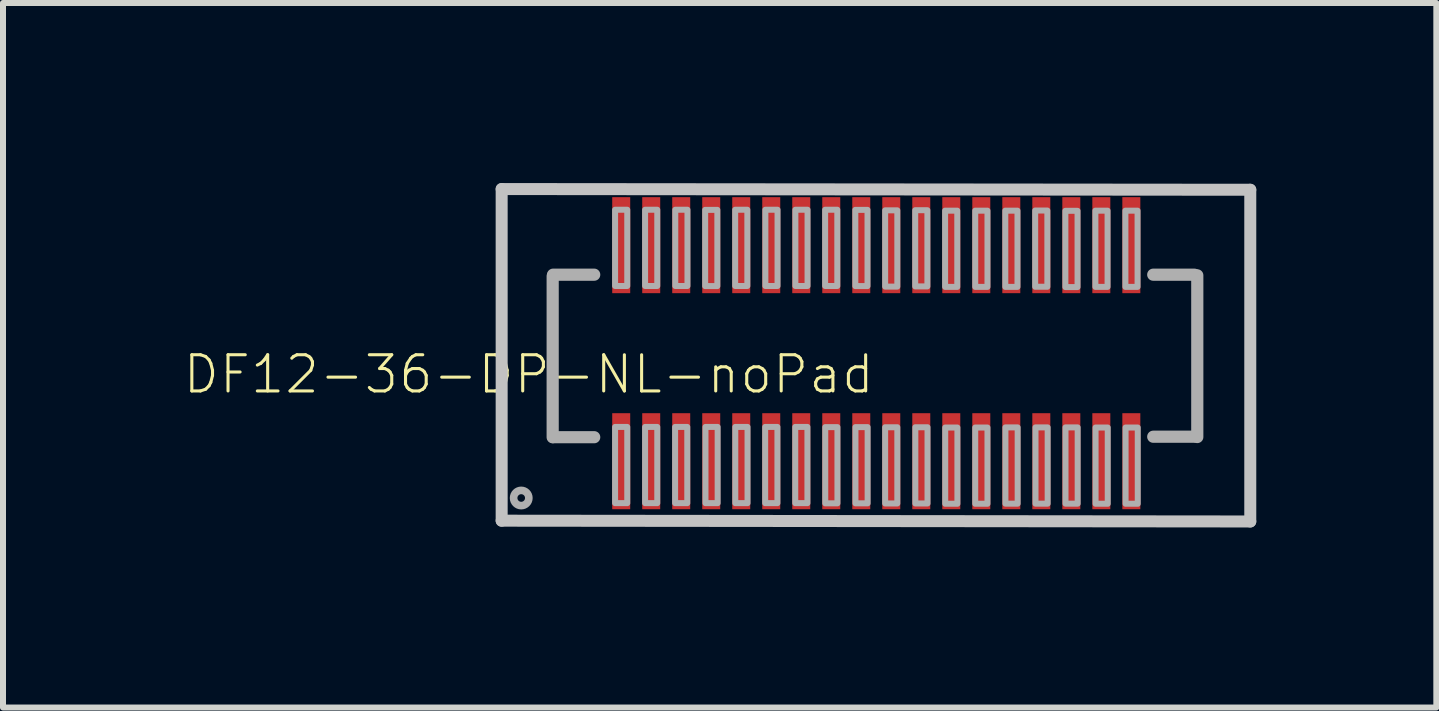
<source format=kicad_pcb>
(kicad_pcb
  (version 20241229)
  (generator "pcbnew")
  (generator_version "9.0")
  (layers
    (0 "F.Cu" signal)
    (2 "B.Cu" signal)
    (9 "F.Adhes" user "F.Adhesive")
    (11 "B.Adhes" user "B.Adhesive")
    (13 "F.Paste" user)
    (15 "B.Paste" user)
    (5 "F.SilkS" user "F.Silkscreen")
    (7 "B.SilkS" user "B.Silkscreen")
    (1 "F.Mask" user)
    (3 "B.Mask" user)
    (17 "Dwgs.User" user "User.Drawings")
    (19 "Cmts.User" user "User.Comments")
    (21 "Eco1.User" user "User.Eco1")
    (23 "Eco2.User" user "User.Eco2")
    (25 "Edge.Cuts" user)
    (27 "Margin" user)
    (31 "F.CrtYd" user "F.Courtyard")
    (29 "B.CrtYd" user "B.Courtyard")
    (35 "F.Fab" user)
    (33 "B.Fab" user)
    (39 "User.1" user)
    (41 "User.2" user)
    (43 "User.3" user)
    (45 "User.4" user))
  (footprint "DF12-36-DP-NL-noPad"
    (layer "F.Cu")
    (at 11.551 2.835)
    (property "Reference" "DF12-36-DP-NL-noPad" (at 0 0 0) (layer "F.SilkS") (effects (font (size 0.603 0.603) (thickness 0.051)) (justify right top)))
    (attr through_hole)
    (fp_poly (pts (xy -4.362 -1.207) (xy -4.142 -1.207) (xy -4.142 -2.507) (xy -4.362 -2.507)) (stroke (width 0) (type solid)) (fill yes) (layer "F.Paste"))
    (fp_poly (pts (xy -4.362 2.503) (xy -4.142 2.503) (xy -4.142 1.203) (xy -4.362 1.203)) (stroke (width 0) (type solid)) (fill yes) (layer "F.Paste"))
    (fp_poly (pts (xy -3.862 -1.207) (xy -3.642 -1.207) (xy -3.642 -2.507) (xy -3.862 -2.507)) (stroke (width 0) (type solid)) (fill yes) (layer "F.Paste"))
    (fp_poly (pts (xy -3.862 2.503) (xy -3.642 2.503) (xy -3.642 1.203) (xy -3.862 1.203)) (stroke (width 0) (type solid)) (fill yes) (layer "F.Paste"))
    (fp_poly (pts (xy -3.362 -1.207) (xy -3.142 -1.207) (xy -3.142 -2.507) (xy -3.362 -2.507)) (stroke (width 0) (type solid)) (fill yes) (layer "F.Paste"))
    (fp_poly (pts (xy -3.362 2.503) (xy -3.142 2.503) (xy -3.142 1.203) (xy -3.362 1.203)) (stroke (width 0) (type solid)) (fill yes) (layer "F.Paste"))
    (fp_poly (pts (xy -2.862 -1.207) (xy -2.642 -1.207) (xy -2.642 -2.507) (xy -2.862 -2.507)) (stroke (width 0) (type solid)) (fill yes) (layer "F.Paste"))
    (fp_poly (pts (xy -2.862 2.503) (xy -2.642 2.503) (xy -2.642 1.203) (xy -2.862 1.203)) (stroke (width 0) (type solid)) (fill yes) (layer "F.Paste"))
    (fp_poly (pts (xy -2.362 -1.207) (xy -2.142 -1.207) (xy -2.142 -2.507) (xy -2.362 -2.507)) (stroke (width 0) (type solid)) (fill yes) (layer "F.Paste"))
    (fp_poly (pts (xy -2.362 2.503) (xy -2.142 2.503) (xy -2.142 1.203) (xy -2.362 1.203)) (stroke (width 0) (type solid)) (fill yes) (layer "F.Paste"))
    (fp_poly (pts (xy -1.862 -1.207) (xy -1.642 -1.207) (xy -1.642 -2.507) (xy -1.862 -2.507)) (stroke (width 0) (type solid)) (fill yes) (layer "F.Paste"))
    (fp_poly (pts (xy -1.862 2.503) (xy -1.642 2.503) (xy -1.642 1.203) (xy -1.862 1.203)) (stroke (width 0) (type solid)) (fill yes) (layer "F.Paste"))
    (fp_poly (pts (xy -1.362 -1.207) (xy -1.142 -1.207) (xy -1.142 -2.507) (xy -1.362 -2.507)) (stroke (width 0) (type solid)) (fill yes) (layer "F.Paste"))
    (fp_poly (pts (xy -1.362 2.503) (xy -1.142 2.503) (xy -1.142 1.203) (xy -1.362 1.203)) (stroke (width 0) (type solid)) (fill yes) (layer "F.Paste"))
    (fp_poly (pts (xy -0.862 -1.207) (xy -0.642 -1.207) (xy -0.642 -2.507) (xy -0.862 -2.507)) (stroke (width 0) (type solid)) (fill yes) (layer "F.Paste"))
    (fp_poly (pts (xy -0.862 2.503) (xy -0.642 2.503) (xy -0.642 1.203) (xy -0.862 1.203)) (stroke (width 0) (type solid)) (fill yes) (layer "F.Paste"))
    (fp_poly (pts (xy -0.362 -1.207) (xy -0.142 -1.207) (xy -0.142 -2.507) (xy -0.362 -2.507)) (stroke (width 0) (type solid)) (fill yes) (layer "F.Paste"))
    (fp_poly (pts (xy -0.362 2.503) (xy -0.142 2.503) (xy -0.142 1.203) (xy -0.362 1.203)) (stroke (width 0) (type solid)) (fill yes) (layer "F.Paste"))
    (fp_poly (pts (xy 0.138 -1.207) (xy 0.358 -1.207) (xy 0.358 -2.507) (xy 0.138 -2.507)) (stroke (width 0) (type solid)) (fill yes) (layer "F.Paste"))
    (fp_poly (pts (xy 0.138 2.503) (xy 0.358 2.503) (xy 0.358 1.203) (xy 0.138 1.203)) (stroke (width 0) (type solid)) (fill yes) (layer "F.Paste"))
    (fp_poly (pts (xy 0.638 -1.207) (xy 0.858 -1.207) (xy 0.858 -2.507) (xy 0.638 -2.507)) (stroke (width 0) (type solid)) (fill yes) (layer "F.Paste"))
    (fp_poly (pts (xy 0.648 2.503) (xy 0.868 2.503) (xy 0.868 1.203) (xy 0.648 1.203)) (stroke (width 0) (type solid)) (fill yes) (layer "F.Paste"))
    (fp_poly (pts (xy 1.138 -1.207) (xy 1.358 -1.207) (xy 1.358 -2.507) (xy 1.138 -2.507)) (stroke (width 0) (type solid)) (fill yes) (layer "F.Paste"))
    (fp_poly (pts (xy 1.138 2.503) (xy 1.358 2.503) (xy 1.358 1.203) (xy 1.138 1.203)) (stroke (width 0) (type solid)) (fill yes) (layer "F.Paste"))
    (fp_poly (pts (xy 1.638 -1.207) (xy 1.858 -1.207) (xy 1.858 -2.507) (xy 1.638 -2.507)) (stroke (width 0) (type solid)) (fill yes) (layer "F.Paste"))
    (fp_poly (pts (xy 1.638 2.503) (xy 1.858 2.503) (xy 1.858 1.203) (xy 1.638 1.203)) (stroke (width 0) (type solid)) (fill yes) (layer "F.Paste"))
    (fp_poly (pts (xy 2.138 -1.207) (xy 2.358 -1.207) (xy 2.358 -2.507) (xy 2.138 -2.507)) (stroke (width 0) (type solid)) (fill yes) (layer "F.Paste"))
    (fp_poly (pts (xy 2.138 2.503) (xy 2.358 2.503) (xy 2.358 1.203) (xy 2.138 1.203)) (stroke (width 0) (type solid)) (fill yes) (layer "F.Paste"))
    (fp_poly (pts (xy 2.638 -1.207) (xy 2.858 -1.207) (xy 2.858 -2.507) (xy 2.638 -2.507)) (stroke (width 0) (type solid)) (fill yes) (layer "F.Paste"))
    (fp_poly (pts (xy 2.638 2.503) (xy 2.858 2.503) (xy 2.858 1.203) (xy 2.638 1.203)) (stroke (width 0) (type solid)) (fill yes) (layer "F.Paste"))
    (fp_poly (pts (xy 3.138 2.503) (xy 3.358 2.503) (xy 3.358 1.203) (xy 3.138 1.203)) (stroke (width 0) (type solid)) (fill yes) (layer "F.Paste"))
    (fp_poly (pts (xy 3.148 -1.207) (xy 3.368 -1.207) (xy 3.368 -2.507) (xy 3.148 -2.507)) (stroke (width 0) (type solid)) (fill yes) (layer "F.Paste"))
    (fp_poly (pts (xy 3.638 -1.207) (xy 3.858 -1.207) (xy 3.858 -2.507) (xy 3.638 -2.507)) (stroke (width 0) (type solid)) (fill yes) (layer "F.Paste"))
    (fp_poly (pts (xy 3.638 2.503) (xy 3.858 2.503) (xy 3.858 1.203) (xy 3.638 1.203)) (stroke (width 0) (type solid)) (fill yes) (layer "F.Paste"))
    (fp_poly (pts (xy 4.138 -1.207) (xy 4.358 -1.207) (xy 4.358 -2.507) (xy 4.138 -2.507)) (stroke (width 0) (type solid)) (fill yes) (layer "F.Paste"))
    (fp_poly (pts (xy 4.138 2.503) (xy 4.358 2.503) (xy 4.358 1.203) (xy 4.138 1.203)) (stroke (width 0) (type solid)) (fill yes) (layer "F.Paste"))
    (fp_line (start -6.242 -2.735) (end 6.232 -2.723) (stroke (width 0.2) (type solid)) (layer "Dwgs.User"))
    (fp_line (start -6.242 2.791) (end -6.242 -2.735) (stroke (width 0.2) (type solid)) (layer "Dwgs.User"))
    (fp_line (start 6.232 -2.723) (end 6.232 2.804) (stroke (width 0.2) (type solid)) (layer "Dwgs.User"))
    (fp_line (start 6.232 2.804) (end -6.242 2.791) (stroke (width 0.2) (type solid)) (layer "Dwgs.User"))
    (fp_line (start -5.392 1.4) (end -5.392 -1.284) (stroke (width 0.203) (type solid)) (layer "F.Fab"))
    (fp_line (start -4.7 -1.308) (end -5.385 -1.308) (stroke (width 0.203) (type solid)) (layer "F.Fab"))
    (fp_line (start -4.7 1.4) (end -5.385 1.4) (stroke (width 0.203) (type solid)) (layer "F.Fab"))
    (fp_line (start 5.3 -1.308) (end 4.615 -1.308) (stroke (width 0.203) (type solid)) (layer "F.Fab"))
    (fp_line (start 5.3 1.392) (end 4.615 1.392) (stroke (width 0.203) (type solid)) (layer "F.Fab"))
    (fp_line (start 5.349 -1.297) (end 5.349 1.397) (stroke (width 0.203) (type solid)) (layer "F.Fab"))
    (fp_circle (center -5.916 2.413) (end -5.789 2.413) (stroke (width 0.127) (type solid)) (fill no) (layer "F.Fab"))
    (fp_poly (pts (xy -4.149 -1.12) (xy -4.149 -2.39) (xy -4.352 -2.39) (xy -4.352 -1.12)) (stroke (width 0.1) (type solid)) (fill no) (layer "F.Fab"))
    (fp_poly (pts (xy -4.149 2.499) (xy -4.149 1.229) (xy -4.352 1.229) (xy -4.352 2.499)) (stroke (width 0.1) (type solid)) (fill no) (layer "F.Fab"))
    (fp_poly (pts (xy -3.649 -1.12) (xy -3.649 -2.39) (xy -3.852 -2.39) (xy -3.852 -1.12)) (stroke (width 0.1) (type solid)) (fill no) (layer "F.Fab"))
    (fp_poly (pts (xy -3.649 2.499) (xy -3.649 1.229) (xy -3.852 1.229) (xy -3.852 2.499)) (stroke (width 0.1) (type solid)) (fill no) (layer "F.Fab"))
    (fp_poly (pts (xy -3.149 2.499) (xy -3.149 1.229) (xy -3.352 1.229) (xy -3.352 2.499)) (stroke (width 0.1) (type solid)) (fill no) (layer "F.Fab"))
    (fp_poly (pts (xy -3.146 -1.12) (xy -3.146 -2.39) (xy -3.349 -2.39) (xy -3.349 -1.12)) (stroke (width 0.1) (type solid)) (fill no) (layer "F.Fab"))
    (fp_poly (pts (xy -2.648 -1.118) (xy -2.648 -2.388) (xy -2.851 -2.388) (xy -2.851 -1.118)) (stroke (width 0.1) (type solid)) (fill no) (layer "F.Fab"))
    (fp_poly (pts (xy -2.643 2.499) (xy -2.643 1.229) (xy -2.846 1.229) (xy -2.846 2.499)) (stroke (width 0.1) (type solid)) (fill no) (layer "F.Fab"))
    (fp_poly (pts (xy -2.148 -1.12) (xy -2.148 -2.39) (xy -2.351 -2.39) (xy -2.351 -1.12)) (stroke (width 0.1) (type solid)) (fill no) (layer "F.Fab"))
    (fp_poly (pts (xy -2.145 2.499) (xy -2.145 1.229) (xy -2.349 1.229) (xy -2.349 2.499)) (stroke (width 0.1) (type solid)) (fill no) (layer "F.Fab"))
    (fp_poly (pts (xy -1.647 2.499) (xy -1.647 1.229) (xy -1.851 1.229) (xy -1.851 2.499)) (stroke (width 0.1) (type solid)) (fill no) (layer "F.Fab"))
    (fp_poly (pts (xy -1.645 -1.12) (xy -1.645 -2.39) (xy -1.848 -2.39) (xy -1.848 -1.12)) (stroke (width 0.1) (type solid)) (fill no) (layer "F.Fab"))
    (fp_poly (pts (xy -1.147 2.499) (xy -1.147 1.229) (xy -1.35 1.229) (xy -1.35 2.499)) (stroke (width 0.1) (type solid)) (fill no) (layer "F.Fab"))
    (fp_poly (pts (xy -1.145 -1.12) (xy -1.145 -2.39) (xy -1.348 -2.39) (xy -1.348 -1.12)) (stroke (width 0.1) (type solid)) (fill no) (layer "F.Fab"))
    (fp_poly (pts (xy -0.649 -1.12) (xy -0.649 -2.39) (xy -0.852 -2.39) (xy -0.852 -1.12)) (stroke (width 0.1) (type solid)) (fill no) (layer "F.Fab"))
    (fp_poly (pts (xy -0.647 2.502) (xy -0.647 1.232) (xy -0.85 1.232) (xy -0.85 2.502)) (stroke (width 0.1) (type solid)) (fill no) (layer "F.Fab"))
    (fp_poly (pts (xy -0.146 -1.118) (xy -0.146 -2.388) (xy -0.349 -2.388) (xy -0.349 -1.118)) (stroke (width 0.1) (type solid)) (fill no) (layer "F.Fab"))
    (fp_poly (pts (xy -0.144 2.502) (xy -0.144 1.232) (xy -0.347 1.232) (xy -0.347 2.502)) (stroke (width 0.1) (type solid)) (fill no) (layer "F.Fab"))
    (fp_poly (pts (xy 0.351 -1.11) (xy 0.351 -2.38) (xy 0.148 -2.38) (xy 0.148 -1.11)) (stroke (width 0.1) (type solid)) (fill no) (layer "F.Fab"))
    (fp_poly (pts (xy 0.351 2.504) (xy 0.351 1.234) (xy 0.148 1.234) (xy 0.148 2.504)) (stroke (width 0.1) (type solid)) (fill no) (layer "F.Fab"))
    (fp_poly (pts (xy 0.852 -1.113) (xy 0.852 -2.382) (xy 0.649 -2.382) (xy 0.649 -1.113)) (stroke (width 0.1) (type solid)) (fill no) (layer "F.Fab"))
    (fp_poly (pts (xy 0.854 2.504) (xy 0.854 1.234) (xy 0.651 1.234) (xy 0.651 2.504)) (stroke (width 0.1) (type solid)) (fill no) (layer "F.Fab"))
    (fp_poly (pts (xy 1.35 -1.105) (xy 1.35 -2.375) (xy 1.147 -2.375) (xy 1.147 -1.105)) (stroke (width 0.1) (type solid)) (fill no) (layer "F.Fab"))
    (fp_poly (pts (xy 1.352 2.509) (xy 1.352 1.239) (xy 1.149 1.239) (xy 1.149 2.509)) (stroke (width 0.1) (type solid)) (fill no) (layer "F.Fab"))
    (fp_poly (pts (xy 1.853 -1.105) (xy 1.853 -2.375) (xy 1.649 -2.375) (xy 1.649 -1.105)) (stroke (width 0.1) (type solid)) (fill no) (layer "F.Fab"))
    (fp_poly (pts (xy 1.853 2.509) (xy 1.853 1.239) (xy 1.649 1.239) (xy 1.649 2.509)) (stroke (width 0.1) (type solid)) (fill no) (layer "F.Fab"))
    (fp_poly (pts (xy 2.353 -1.105) (xy 2.353 -2.375) (xy 2.15 -2.375) (xy 2.15 -1.105)) (stroke (width 0.1) (type solid)) (fill no) (layer "F.Fab"))
    (fp_poly (pts (xy 2.356 2.507) (xy 2.356 1.237) (xy 2.152 1.237) (xy 2.152 2.507)) (stroke (width 0.1) (type solid)) (fill no) (layer "F.Fab"))
    (fp_poly (pts (xy 2.851 -1.107) (xy 2.851 -2.377) (xy 2.648 -2.377) (xy 2.648 -1.107)) (stroke (width 0.1) (type solid)) (fill no) (layer "F.Fab"))
    (fp_poly (pts (xy 2.856 2.507) (xy 2.856 1.237) (xy 2.653 1.237) (xy 2.653 2.507)) (stroke (width 0.1) (type solid)) (fill no) (layer "F.Fab"))
    (fp_poly (pts (xy 3.354 -1.102) (xy 3.354 -2.372) (xy 3.151 -2.372) (xy 3.151 -1.102)) (stroke (width 0.1) (type solid)) (fill no) (layer "F.Fab"))
    (fp_poly (pts (xy 3.356 2.507) (xy 3.356 1.237) (xy 3.153 1.237) (xy 3.153 2.507)) (stroke (width 0.1) (type solid)) (fill no) (layer "F.Fab"))
    (fp_poly (pts (xy 3.854 -1.105) (xy 3.854 -2.375) (xy 3.651 -2.375) (xy 3.651 -1.105)) (stroke (width 0.1) (type solid)) (fill no) (layer "F.Fab"))
    (fp_poly (pts (xy 3.857 2.509) (xy 3.857 1.239) (xy 3.654 1.239) (xy 3.654 2.509)) (stroke (width 0.1) (type solid)) (fill no) (layer "F.Fab"))
    (fp_poly (pts (xy 4.354 -1.105) (xy 4.354 -2.375) (xy 4.151 -2.375) (xy 4.151 -1.105)) (stroke (width 0.1) (type solid)) (fill no) (layer "F.Fab"))
    (fp_poly (pts (xy 4.357 2.509) (xy 4.357 1.239) (xy 4.154 1.239) (xy 4.154 2.509)) (stroke (width 0.1) (type solid)) (fill no) (layer "F.Fab"))
    (pad "1" smd rect (at -4.25 1.8) (size 0.3 1.6) (layers "F.Cu" "F.Mask"))
    (pad "2" smd rect (at -4.25 -1.8) (size 0.3 1.6) (layers "F.Cu" "F.Mask"))
    (pad "3" smd rect (at -3.75 1.8) (size 0.3 1.6) (layers "F.Cu" "F.Mask"))
    (pad "4" smd rect (at -3.75 -1.8) (size 0.3 1.6) (layers "F.Cu" "F.Mask"))
    (pad "5" smd rect (at -3.25 1.8) (size 0.3 1.6) (layers "F.Cu" "F.Mask"))
    (pad "6" smd rect (at -3.25 -1.8) (size 0.3 1.6) (layers "F.Cu" "F.Mask"))
    (pad "7" smd rect (at -2.75 1.8) (size 0.3 1.6) (layers "F.Cu" "F.Mask"))
    (pad "8" smd rect (at -2.75 -1.8) (size 0.3 1.6) (layers "F.Cu" "F.Mask"))
    (pad "9" smd rect (at -2.25 1.8) (size 0.3 1.6) (layers "F.Cu" "F.Mask"))
    (pad "10" smd rect (at -2.25 -1.8) (size 0.3 1.6) (layers "F.Cu" "F.Mask"))
    (pad "11" smd rect (at -1.75 1.8) (size 0.3 1.6) (layers "F.Cu" "F.Mask"))
    (pad "12" smd rect (at -1.75 -1.8) (size 0.3 1.6) (layers "F.Cu" "F.Mask"))
    (pad "13" smd rect (at -1.25 1.8) (size 0.3 1.6) (layers "F.Cu" "F.Mask"))
    (pad "14" smd rect (at -1.25 -1.8) (size 0.3 1.6) (layers "F.Cu" "F.Mask"))
    (pad "15" smd rect (at -0.75 1.8) (size 0.3 1.6) (layers "F.Cu" "F.Mask"))
    (pad "16" smd rect (at -0.75 -1.8) (size 0.3 1.6) (layers "F.Cu" "F.Mask"))
    (pad "17" smd rect (at -0.25 1.8) (size 0.3 1.6) (layers "F.Cu" "F.Mask"))
    (pad "18" smd rect (at -0.25 -1.8) (size 0.3 1.6) (layers "F.Cu" "F.Mask"))
    (pad "19" smd rect (at 0.25 1.8) (size 0.3 1.6) (layers "F.Cu" "F.Mask"))
    (pad "20" smd rect (at 0.25 -1.8) (size 0.3 1.6) (layers "F.Cu" "F.Mask"))
    (pad "21" smd rect (at 0.75 1.8) (size 0.3 1.6) (layers "F.Cu" "F.Mask"))
    (pad "22" smd rect (at 0.75 -1.8) (size 0.3 1.6) (layers "F.Cu" "F.Mask"))
    (pad "23" smd rect (at 1.25 1.8) (size 0.3 1.6) (layers "F.Cu" "F.Mask"))
    (pad "24" smd rect (at 1.25 -1.8) (size 0.3 1.6) (layers "F.Cu" "F.Mask"))
    (pad "25" smd rect (at 1.75 1.8) (size 0.3 1.6) (layers "F.Cu" "F.Mask"))
    (pad "26" smd rect (at 1.75 -1.8) (size 0.3 1.6) (layers "F.Cu" "F.Mask"))
    (pad "27" smd rect (at 2.25 1.8) (size 0.3 1.6) (layers "F.Cu" "F.Mask"))
    (pad "28" smd rect (at 2.25 -1.8) (size 0.3 1.6) (layers "F.Cu" "F.Mask"))
    (pad "29" smd rect (at 2.75 1.8) (size 0.3 1.6) (layers "F.Cu" "F.Mask"))
    (pad "30" smd rect (at 2.75 -1.8) (size 0.3 1.6) (layers "F.Cu" "F.Mask"))
    (pad "31" smd rect (at 3.25 1.8) (size 0.3 1.6) (layers "F.Cu" "F.Mask"))
    (pad "32" smd rect (at 3.25 -1.8) (size 0.3 1.6) (layers "F.Cu" "F.Mask"))
    (pad "33" smd rect (at 3.75 1.8) (size 0.3 1.6) (layers "F.Cu" "F.Mask"))
    (pad "34" smd rect (at 3.75 -1.8) (size 0.3 1.6) (layers "F.Cu" "F.Mask"))
    (pad "35" smd rect (at 4.25 1.8) (size 0.3 1.6) (layers "F.Cu" "F.Mask"))
    (pad "36" smd rect (at 4.25 -1.8) (size 0.3 1.6) (layers "F.Cu" "F.Mask")))
  (gr_rect
    (start -3 -3)
    (end 20.883 8.739)
    (stroke (width 0.1) (type default))
    (fill no)
    (layer "Edge.Cuts")))
</source>
